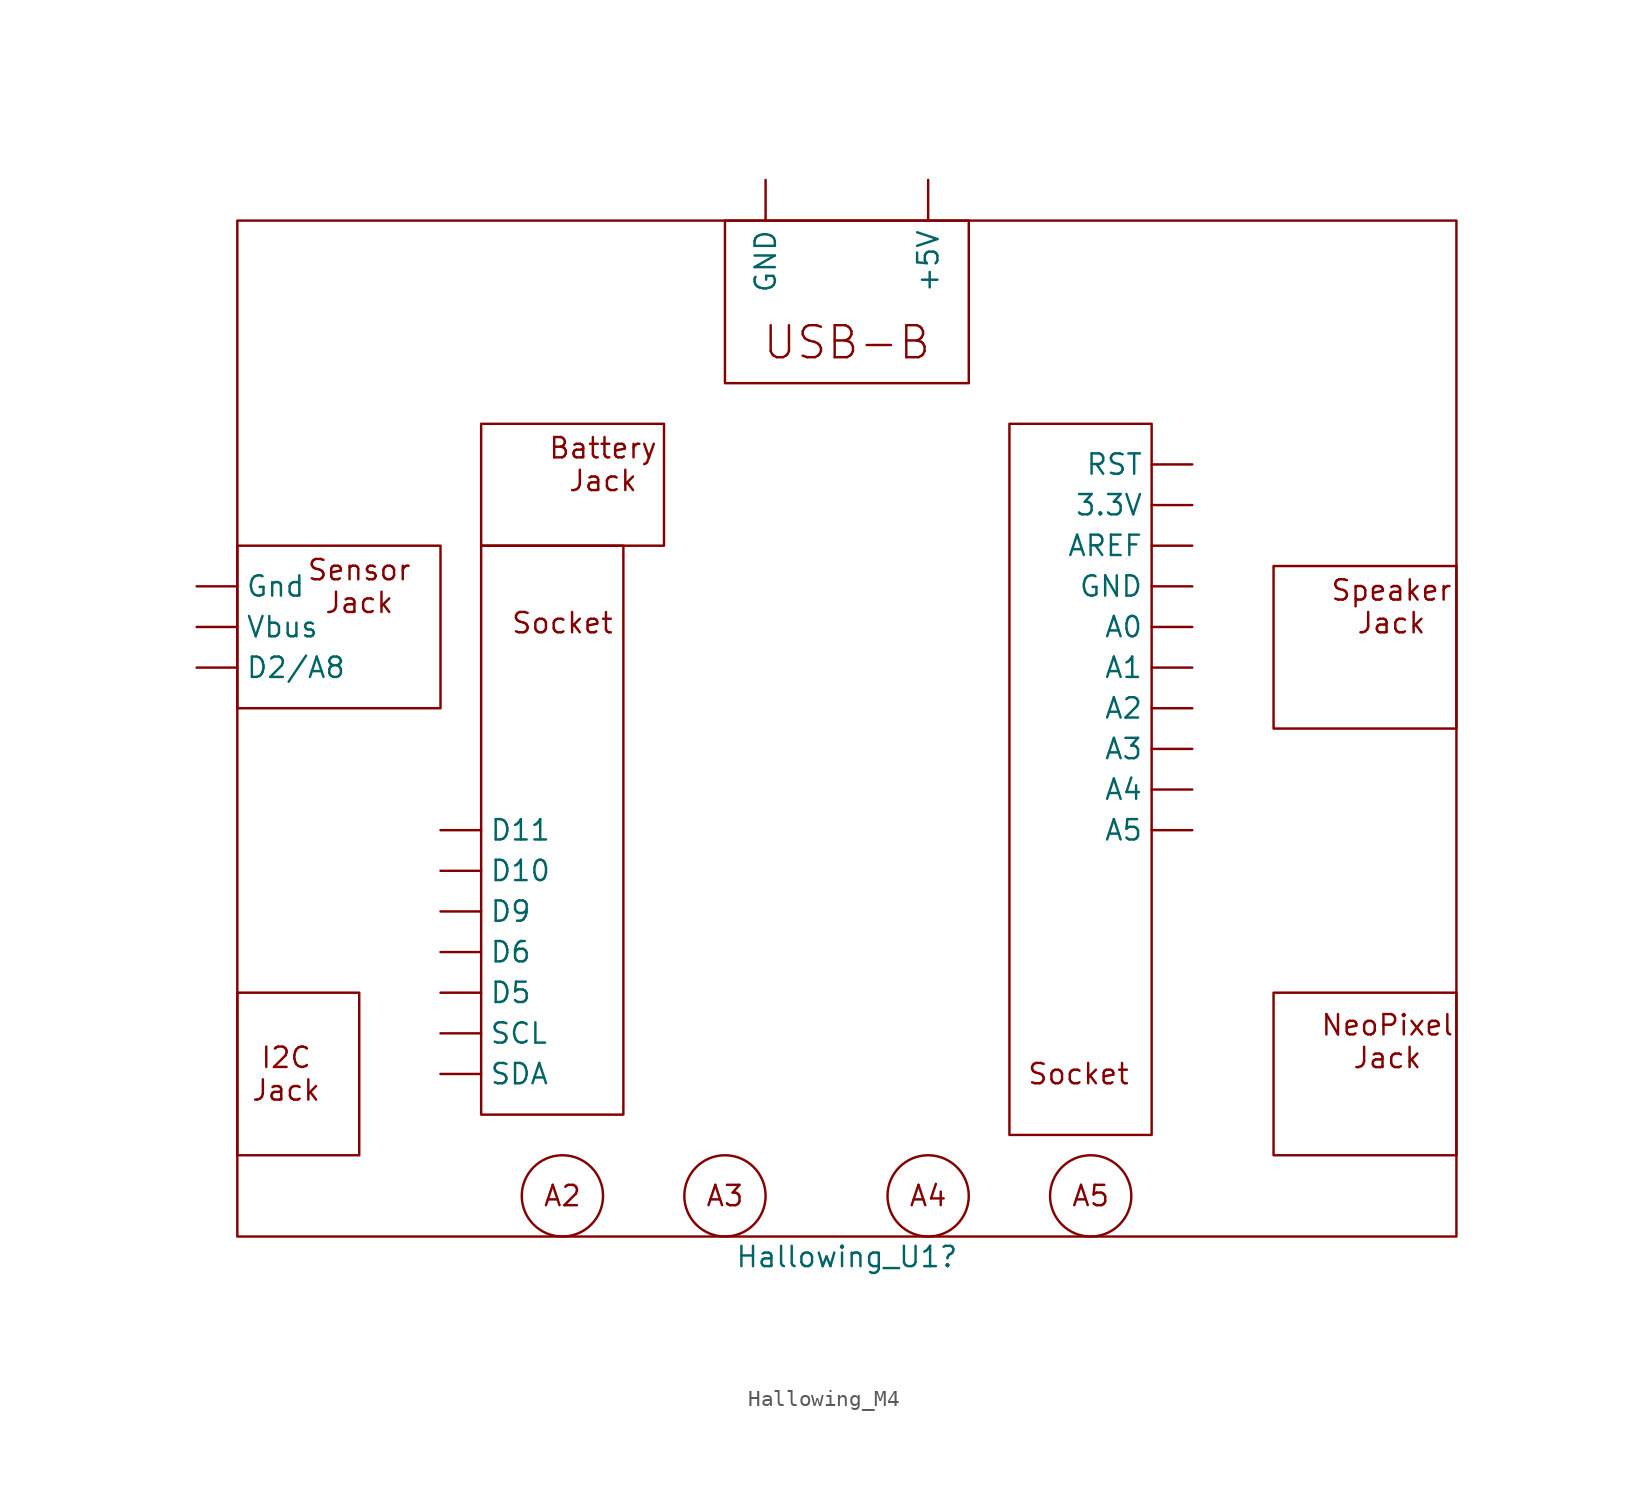
<source format=kicad_sym>
(kicad_symbol_lib
  (version 20241209)
  (generator "kicad_symbol_editor")
  (generator_version "9.0")
  (symbol "Hallowing_M4"
    (pin_numbers
      (hide yes))
    (property "Reference" "Hallowing_U1"
      (at 0 -64.77 0)
      (effects (font (size 1.27 1.27))))
    (property "Value" ""
      (at 0 0 0)
      (effects (font (size 1.27 1.27))))
    (symbol "Hallowing_M4_0_1"
      (rectangle (start -38.1 0) (end 38.1 -63.5) (stroke (width 0) (type default)) (fill (type none)))
      (rectangle (start -7.62 0) (end 7.62 -10.16) (stroke (width 0) (type default)) (fill (type none))))
    (symbol "Hallowing_M4_1_1"
      (rectangle (start -38.1 -20.32) (end -25.4 -30.48) (stroke (width 0) (type default)) (fill (type none)))
      (rectangle (start -38.1 -48.26) (end -30.48 -58.42) (stroke (width 0) (type default)) (fill (type none)))
      (rectangle (start -22.86 -12.7) (end -11.43 -20.32) (stroke (width 0) (type default)) (fill (type none)))
      (rectangle (start -22.86 -20.32) (end -13.97 -55.88) (stroke (width 0) (type default)) (fill (type none)))
      (circle (center -17.78 -60.96) (radius 2.54) (stroke (width 0) (type default)) (fill (type none)))
      (circle (center -7.62 -60.96) (radius 2.54) (stroke (width 0) (type default)) (fill (type none)))
      (circle (center 5.08 -60.96) (radius 2.54) (stroke (width 0) (type default)) (fill (type none)))
      (rectangle (start 10.16 -12.7) (end 19.05 -57.15) (stroke (width 0) (type default)) (fill (type none)))
      (circle (center 15.24 -60.96) (radius 2.54) (stroke (width 0) (type default)) (fill (type none)))
      (rectangle (start 26.67 -21.59) (end 38.1 -31.75) (stroke (width 0) (type default)) (fill (type none)))
      (rectangle (start 26.67 -48.26) (end 38.1 -58.42) (stroke (width 0) (type default)) (fill (type none)))
      (text "I2C\nJack" (at -35.052 -53.34 0) (effects (font (size 1.27 1.27))))
      (text "Sensor\nJack" (at -30.48 -22.86 0) (effects (font (size 1.27 1.27))))
      (text "\n\nSocket" (at -17.78 -20.32 0) (effects (font (size 1.27 1.27)) (justify top)))
      (text "A2" (at -17.78 -60.96 0) (effects (font (size 1.27 1.27))))
      (text "Battery\nJack" (at -15.24 -15.24 0) (effects (font (size 1.27 1.27))))
      (text "A3" (at -7.62 -60.96 0) (effects (font (size 1.27 1.27))))
      (text "USB-B" (at 0 -7.62 0) (effects (font (size 2 2))))
      (text "A4" (at 5.08 -60.96 0) (effects (font (size 1.27 1.27))))
      (text "Socket" (at 14.478 -53.34 0) (effects (font (size 1.27 1.27))))
      (text "A5" (at 15.24 -60.96 0) (effects (font (size 1.27 1.27))))
      (text "NeoPixel\nJack" (at 33.782 -51.308 0) (effects (font (size 1.27 1.27))))
      (text "Speaker\nJack" (at 34.036 -24.13 0) (effects (font (size 1.27 1.27))))
      (pin output line (at -40.64 -22.86 0) (length 2.54) (name "Gnd" (effects (font (size 1.27 1.27)))) (number "" (effects (font (size 1.27 1.27)))))
      (pin output line (at -40.64 -25.4 0) (length 2.54) (name "Vbus" (effects (font (size 1.27 1.27)))) (number "" (effects (font (size 1.27 1.27)))))
      (pin input line (at -40.64 -27.94 0) (length 2.54) (name "D2/A8" (effects (font (size 1.27 1.27)))) (number "" (effects (font (size 1.27 1.27)))))
      (pin output line (at -25.4 -38.1 0) (length 2.54) (name "D11" (effects (font (size 1.27 1.27)))) (number "" (effects (font (size 1.27 1.27)))))
      (pin input line (at -25.4 -40.64 0) (length 2.54) (name "D10" (effects (font (size 1.27 1.27)))) (number "" (effects (font (size 1.27 1.27)))))
      (pin output line (at -25.4 -43.18 0) (length 2.54) (name "D9" (effects (font (size 1.27 1.27)))) (number "" (effects (font (size 1.27 1.27)))))
      (pin input line (at -25.4 -45.72 0) (length 2.54) (name "D6" (effects (font (size 1.27 1.27)))) (number "" (effects (font (size 1.27 1.27)))))
      (pin output line (at -25.4 -48.26 0) (length 2.54) (name "D5" (effects (font (size 1.27 1.27)))) (number "" (effects (font (size 1.27 1.27)))))
      (pin output line (at -25.4 -50.8 0) (length 2.54) (name "SCL" (effects (font (size 1.27 1.27)))) (number "" (effects (font (size 1.27 1.27)))))
      (pin output line (at -25.4 -53.34 0) (length 2.54) (name "SDA" (effects (font (size 1.27 1.27)))) (number "" (effects (font (size 1.27 1.27)))))
      (pin power_in line (at -5.08 2.54 270) (length 2.54) (name "GND" (effects (font (size 1.27 1.27)))) (number "" (effects (font (size 1.27 1.27)))))
      (pin power_in line (at 5.08 2.54 270) (length 2.54) (name "+5V" (effects (font (size 1.27 1.27)))) (number "" (effects (font (size 1.27 1.27)))))
      (pin input line (at 21.59 -15.24 180) (length 2.54) (name "RST" (effects (font (size 1.27 1.27)))) (number "" (effects (font (size 1.27 1.27)))))
      (pin output line (at 21.59 -17.78 180) (length 2.54) (name "3.3V" (effects (font (size 1.27 1.27)))) (number "" (effects (font (size 1.27 1.27)))))
      (pin input line (at 21.59 -20.32 180) (length 2.54) (name "AREF" (effects (font (size 1.27 1.27)))) (number "" (effects (font (size 1.27 1.27)))))
      (pin output line (at 21.59 -22.86 180) (length 2.54) (name "GND" (effects (font (size 1.27 1.27)))) (number "" (effects (font (size 1.27 1.27)))))
      (pin bidirectional line (at 21.59 -25.4 180) (length 2.54) (name "A0" (effects (font (size 1.27 1.27)))) (number "" (effects (font (size 1.27 1.27)))))
      (pin bidirectional line (at 21.59 -27.94 180) (length 2.54) (name "A1" (effects (font (size 1.27 1.27)))) (number "" (effects (font (size 1.27 1.27)))))
      (pin bidirectional line (at 21.59 -30.48 180) (length 2.54) (name "A2" (effects (font (size 1.27 1.27)))) (number "" (effects (font (size 1.27 1.27)))))
      (pin bidirectional line (at 21.59 -33.02 180) (length 2.54) (name "A3" (effects (font (size 1.27 1.27)))) (number "" (effects (font (size 1.27 1.27)))))
      (pin bidirectional line (at 21.59 -35.56 180) (length 2.54) (name "A4" (effects (font (size 1.27 1.27)))) (number "" (effects (font (size 1.27 1.27)))))
      (pin bidirectional line (at 21.59 -38.1 180) (length 2.54) (name "A5" (effects (font (size 1.27 1.27)))) (number "" (effects (font (size 1.27 1.27))))))))
</source>
